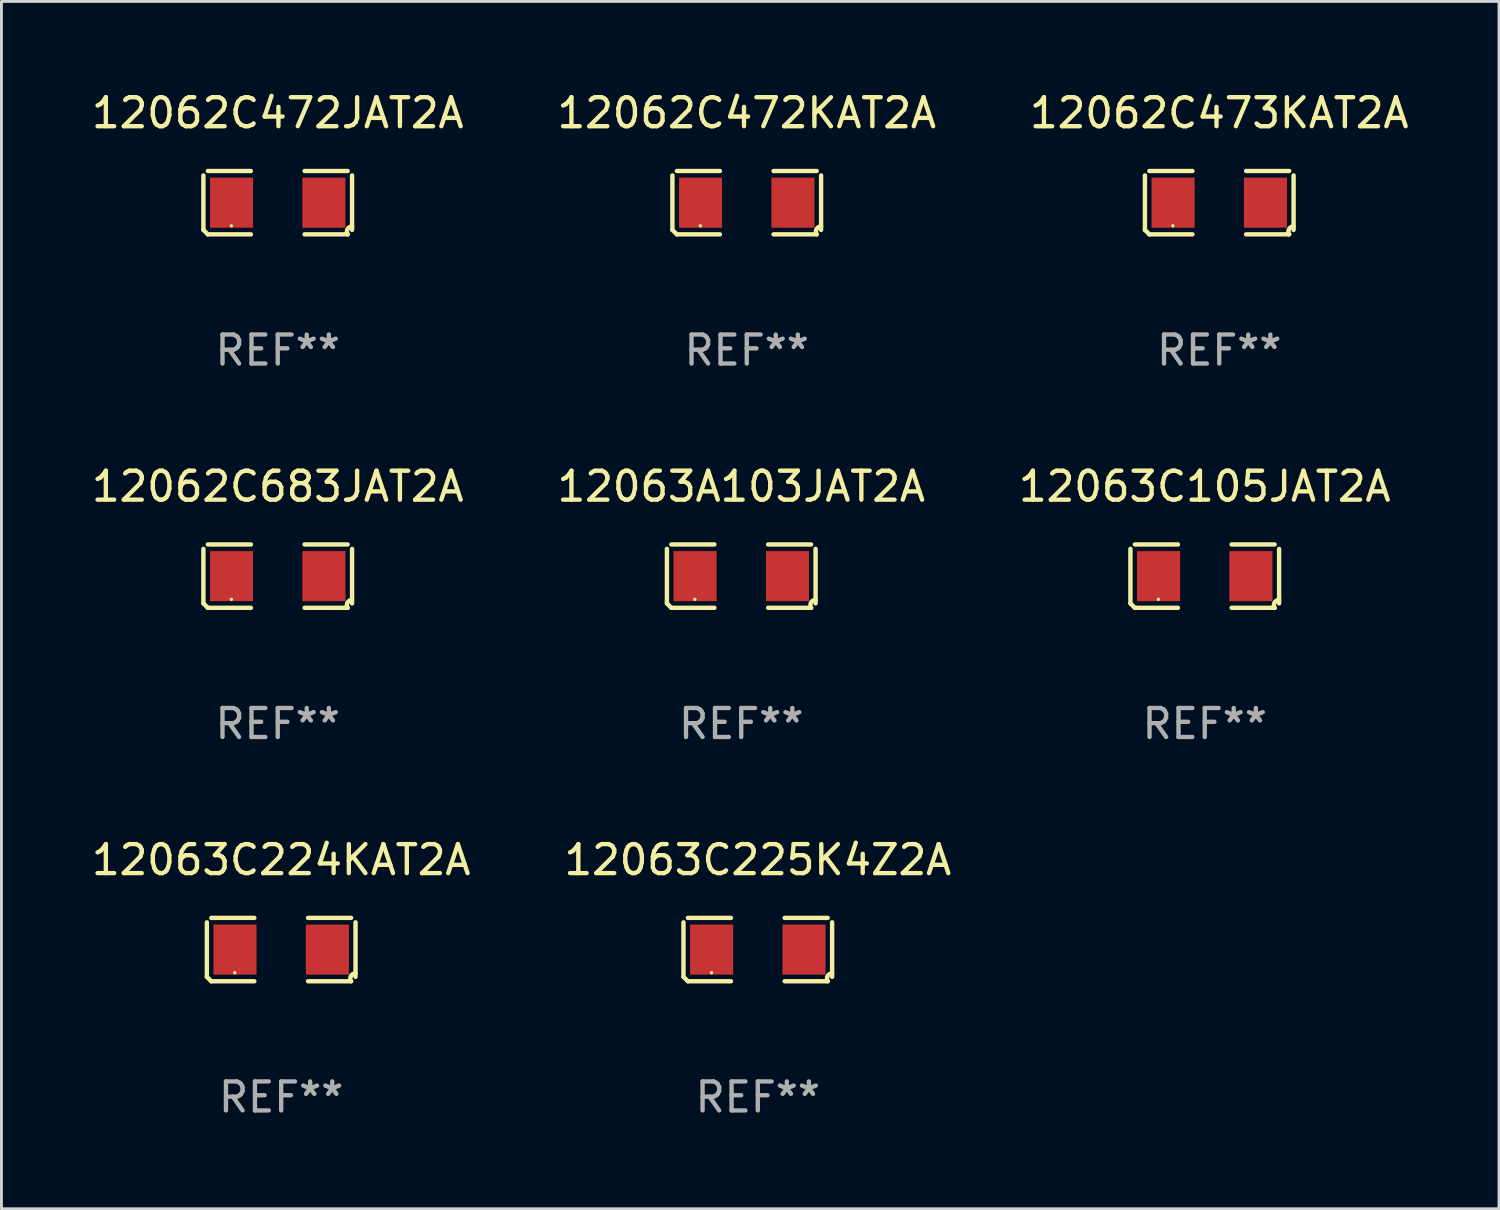
<source format=kicad_pcb>
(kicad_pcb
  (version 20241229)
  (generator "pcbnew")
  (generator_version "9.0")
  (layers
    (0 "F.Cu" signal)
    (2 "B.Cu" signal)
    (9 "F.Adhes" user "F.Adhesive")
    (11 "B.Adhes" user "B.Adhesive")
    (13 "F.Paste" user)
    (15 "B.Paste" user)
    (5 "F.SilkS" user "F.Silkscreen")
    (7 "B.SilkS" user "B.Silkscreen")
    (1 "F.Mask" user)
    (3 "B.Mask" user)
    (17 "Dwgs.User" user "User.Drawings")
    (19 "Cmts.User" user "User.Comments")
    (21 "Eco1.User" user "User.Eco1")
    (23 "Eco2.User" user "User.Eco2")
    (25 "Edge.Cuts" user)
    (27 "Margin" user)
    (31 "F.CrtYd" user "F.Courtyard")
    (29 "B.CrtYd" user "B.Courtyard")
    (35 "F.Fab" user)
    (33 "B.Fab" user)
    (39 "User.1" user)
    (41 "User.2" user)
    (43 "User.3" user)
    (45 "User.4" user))
  (footprint "12063C224KAT2A"
    (layer "F.Cu")
    (at 6.649 29.704)
    (property "Reference" "12063C224KAT2A" (at 0 -3.093 0) (layer "F.SilkS") (effects (font (size 1 1) (thickness 0.15))))
    (attr through_hole)
    (fp_line (start -2.564 0.94) (end -2.564 -0.94) (stroke (width 0.152) (type solid)) (layer "F.SilkS"))
    (fp_line (start -2.411 -1.093) (end -0.926 -1.093) (stroke (width 0.152) (type solid)) (layer "F.SilkS"))
    (fp_line (start -0.926 1.093) (end -2.411 1.093) (stroke (width 0.152) (type solid)) (layer "F.SilkS"))
    (fp_line (start 0.926 1.093) (end 2.411 1.093) (stroke (width 0.152) (type solid)) (layer "F.SilkS"))
    (fp_line (start 2.411 -1.093) (end 0.926 -1.093) (stroke (width 0.152) (type solid)) (layer "F.SilkS"))
    (fp_line (start 2.564 0.94) (end 2.564 -0.94) (stroke (width 0.152) (type solid)) (layer "F.SilkS"))
    (fp_arc (start -2.411201 1.092609) (mid -2.487413 1.01642) (end -2.563602 0.940208) (stroke (width 0.1524) (type solid)) (layer "F.SilkS"))
    (fp_arc (start 2.411201 1.092609) (mid 2.407159 0.911226) (end 2.563602 0.819347) (stroke (width 0.1524) (type solid)) (layer "F.SilkS"))
    (fp_circle (center -1.6 0.8) (end -1.57 0.8) (stroke (width 0.06) (type solid)) (fill no) (layer "F.SilkS"))
    (fp_text user "REF**" (at 0 5.093 0) (layer "F.Fab") (effects (font (size 1 1) (thickness 0.15))))
    (pad "1" smd rect (at -1.593 0) (size 1.485 1.728) (layers "F.Cu" "F.Mask" "F.Paste"))
    (pad "2" smd rect (at 1.593 0) (size 1.485 1.728) (layers "F.Cu" "F.Mask" "F.Paste")))
  (footprint "12063A103JAT2A"
    (layer "F.Cu")
    (at 22.518 16.823)
    (property "Reference" "12063A103JAT2A" (at 0 -3.093 0) (layer "F.SilkS") (effects (font (size 1 1) (thickness 0.15))))
    (attr through_hole)
    (fp_line (start -2.564 0.94) (end -2.564 -0.94) (stroke (width 0.152) (type solid)) (layer "F.SilkS"))
    (fp_line (start -2.411 -1.093) (end -0.926 -1.093) (stroke (width 0.152) (type solid)) (layer "F.SilkS"))
    (fp_line (start -0.926 1.093) (end -2.411 1.093) (stroke (width 0.152) (type solid)) (layer "F.SilkS"))
    (fp_line (start 0.926 1.093) (end 2.411 1.093) (stroke (width 0.152) (type solid)) (layer "F.SilkS"))
    (fp_line (start 2.411 -1.093) (end 0.926 -1.093) (stroke (width 0.152) (type solid)) (layer "F.SilkS"))
    (fp_line (start 2.564 0.94) (end 2.564 -0.94) (stroke (width 0.152) (type solid)) (layer "F.SilkS"))
    (fp_arc (start -2.411201 1.092609) (mid -2.487413 1.01642) (end -2.563602 0.940208) (stroke (width 0.1524) (type solid)) (layer "F.SilkS"))
    (fp_arc (start 2.411201 1.092609) (mid 2.407159 0.911226) (end 2.563602 0.819347) (stroke (width 0.1524) (type solid)) (layer "F.SilkS"))
    (fp_circle (center -1.6 0.8) (end -1.57 0.8) (stroke (width 0.06) (type solid)) (fill no) (layer "F.SilkS"))
    (fp_text user "REF**" (at 0 5.093 0) (layer "F.Fab") (effects (font (size 1 1) (thickness 0.15))))
    (pad "1" smd rect (at -1.593 0) (size 1.485 1.728) (layers "F.Cu" "F.Mask" "F.Paste"))
    (pad "2" smd rect (at 1.593 0) (size 1.485 1.728) (layers "F.Cu" "F.Mask" "F.Paste")))
  (footprint "12063C225K4Z2A"
    (layer "F.Cu")
    (at 23.089 29.704)
    (property "Reference" "12063C225K4Z2A" (at 0 -3.093 0) (layer "F.SilkS") (effects (font (size 1 1) (thickness 0.15))))
    (attr through_hole)
    (fp_line (start -2.564 0.94) (end -2.564 -0.94) (stroke (width 0.152) (type solid)) (layer "F.SilkS"))
    (fp_line (start -2.411 -1.093) (end -0.926 -1.093) (stroke (width 0.152) (type solid)) (layer "F.SilkS"))
    (fp_line (start -0.926 1.093) (end -2.411 1.093) (stroke (width 0.152) (type solid)) (layer "F.SilkS"))
    (fp_line (start 0.926 1.093) (end 2.411 1.093) (stroke (width 0.152) (type solid)) (layer "F.SilkS"))
    (fp_line (start 2.411 -1.093) (end 0.926 -1.093) (stroke (width 0.152) (type solid)) (layer "F.SilkS"))
    (fp_line (start 2.564 0.94) (end 2.564 -0.94) (stroke (width 0.152) (type solid)) (layer "F.SilkS"))
    (fp_arc (start -2.411201 1.092609) (mid -2.487413 1.01642) (end -2.563602 0.940208) (stroke (width 0.1524) (type solid)) (layer "F.SilkS"))
    (fp_arc (start 2.411201 1.092609) (mid 2.407159 0.911226) (end 2.563602 0.819347) (stroke (width 0.1524) (type solid)) (layer "F.SilkS"))
    (fp_circle (center -1.6 0.8) (end -1.57 0.8) (stroke (width 0.06) (type solid)) (fill no) (layer "F.SilkS"))
    (fp_text user "REF**" (at 0 5.093 0) (layer "F.Fab") (effects (font (size 1 1) (thickness 0.15))))
    (pad "1" smd rect (at -1.593 0) (size 1.485 1.728) (layers "F.Cu" "F.Mask" "F.Paste"))
    (pad "2" smd rect (at 1.593 0) (size 1.485 1.728) (layers "F.Cu" "F.Mask" "F.Paste")))
  (footprint "12062C472JAT2A"
    (layer "F.Cu")
    (at 6.53 3.941)
    (property "Reference" "12062C472JAT2A" (at 0 -3.093 0) (layer "F.SilkS") (effects (font (size 1 1) (thickness 0.15))))
    (attr through_hole)
    (fp_line (start -2.564 0.94) (end -2.564 -0.94) (stroke (width 0.152) (type solid)) (layer "F.SilkS"))
    (fp_line (start -2.411 -1.093) (end -0.926 -1.093) (stroke (width 0.152) (type solid)) (layer "F.SilkS"))
    (fp_line (start -0.926 1.093) (end -2.411 1.093) (stroke (width 0.152) (type solid)) (layer "F.SilkS"))
    (fp_line (start 0.926 1.093) (end 2.411 1.093) (stroke (width 0.152) (type solid)) (layer "F.SilkS"))
    (fp_line (start 2.411 -1.093) (end 0.926 -1.093) (stroke (width 0.152) (type solid)) (layer "F.SilkS"))
    (fp_line (start 2.564 0.94) (end 2.564 -0.94) (stroke (width 0.152) (type solid)) (layer "F.SilkS"))
    (fp_arc (start -2.411201 1.092609) (mid -2.487413 1.01642) (end -2.563602 0.940208) (stroke (width 0.1524) (type solid)) (layer "F.SilkS"))
    (fp_arc (start 2.411201 1.092609) (mid 2.407159 0.911226) (end 2.563602 0.819347) (stroke (width 0.1524) (type solid)) (layer "F.SilkS"))
    (fp_circle (center -1.6 0.8) (end -1.57 0.8) (stroke (width 0.06) (type solid)) (fill no) (layer "F.SilkS"))
    (fp_text user "REF**" (at 0 5.093 0) (layer "F.Fab") (effects (font (size 1 1) (thickness 0.15))))
    (pad "1" smd rect (at -1.593 0) (size 1.485 1.728) (layers "F.Cu" "F.Mask" "F.Paste"))
    (pad "2" smd rect (at 1.593 0) (size 1.485 1.728) (layers "F.Cu" "F.Mask" "F.Paste")))
  (footprint "12062C472KAT2A"
    (layer "F.Cu")
    (at 22.708 3.941)
    (property "Reference" "12062C472KAT2A" (at 0 -3.093 0) (layer "F.SilkS") (effects (font (size 1 1) (thickness 0.15))))
    (attr through_hole)
    (fp_line (start -2.564 0.94) (end -2.564 -0.94) (stroke (width 0.152) (type solid)) (layer "F.SilkS"))
    (fp_line (start -2.411 -1.093) (end -0.926 -1.093) (stroke (width 0.152) (type solid)) (layer "F.SilkS"))
    (fp_line (start -0.926 1.093) (end -2.411 1.093) (stroke (width 0.152) (type solid)) (layer "F.SilkS"))
    (fp_line (start 0.926 1.093) (end 2.411 1.093) (stroke (width 0.152) (type solid)) (layer "F.SilkS"))
    (fp_line (start 2.411 -1.093) (end 0.926 -1.093) (stroke (width 0.152) (type solid)) (layer "F.SilkS"))
    (fp_line (start 2.564 0.94) (end 2.564 -0.94) (stroke (width 0.152) (type solid)) (layer "F.SilkS"))
    (fp_arc (start -2.411201 1.092609) (mid -2.487413 1.01642) (end -2.563602 0.940208) (stroke (width 0.1524) (type solid)) (layer "F.SilkS"))
    (fp_arc (start 2.411201 1.092609) (mid 2.407159 0.911226) (end 2.563602 0.819347) (stroke (width 0.1524) (type solid)) (layer "F.SilkS"))
    (fp_circle (center -1.6 0.8) (end -1.57 0.8) (stroke (width 0.06) (type solid)) (fill no) (layer "F.SilkS"))
    (fp_text user "REF**" (at 0 5.093 0) (layer "F.Fab") (effects (font (size 1 1) (thickness 0.15))))
    (pad "1" smd rect (at -1.593 0) (size 1.485 1.728) (layers "F.Cu" "F.Mask" "F.Paste"))
    (pad "2" smd rect (at 1.593 0) (size 1.485 1.728) (layers "F.Cu" "F.Mask" "F.Paste")))
  (footprint "12063C105JAT2A"
    (layer "F.Cu")
    (at 38.506 16.823)
    (property "Reference" "12063C105JAT2A" (at 0 -3.093 0) (layer "F.SilkS") (effects (font (size 1 1) (thickness 0.15))))
    (attr through_hole)
    (fp_line (start -2.564 0.94) (end -2.564 -0.94) (stroke (width 0.152) (type solid)) (layer "F.SilkS"))
    (fp_line (start -2.411 -1.093) (end -0.926 -1.093) (stroke (width 0.152) (type solid)) (layer "F.SilkS"))
    (fp_line (start -0.926 1.093) (end -2.411 1.093) (stroke (width 0.152) (type solid)) (layer "F.SilkS"))
    (fp_line (start 0.926 1.093) (end 2.411 1.093) (stroke (width 0.152) (type solid)) (layer "F.SilkS"))
    (fp_line (start 2.411 -1.093) (end 0.926 -1.093) (stroke (width 0.152) (type solid)) (layer "F.SilkS"))
    (fp_line (start 2.564 0.94) (end 2.564 -0.94) (stroke (width 0.152) (type solid)) (layer "F.SilkS"))
    (fp_arc (start -2.411201 1.092609) (mid -2.487413 1.01642) (end -2.563602 0.940208) (stroke (width 0.1524) (type solid)) (layer "F.SilkS"))
    (fp_arc (start 2.411201 1.092609) (mid 2.407159 0.911226) (end 2.563602 0.819347) (stroke (width 0.1524) (type solid)) (layer "F.SilkS"))
    (fp_circle (center -1.6 0.8) (end -1.57 0.8) (stroke (width 0.06) (type solid)) (fill no) (layer "F.SilkS"))
    (fp_text user "REF**" (at 0 5.093 0) (layer "F.Fab") (effects (font (size 1 1) (thickness 0.15))))
    (pad "1" smd rect (at -1.593 0) (size 1.485 1.728) (layers "F.Cu" "F.Mask" "F.Paste"))
    (pad "2" smd rect (at 1.593 0) (size 1.485 1.728) (layers "F.Cu" "F.Mask" "F.Paste")))
  (footprint "12062C473KAT2A"
    (layer "F.Cu")
    (at 39.006 3.941)
    (property "Reference" "12062C473KAT2A" (at 0 -3.093 0) (layer "F.SilkS") (effects (font (size 1 1) (thickness 0.15))))
    (attr through_hole)
    (fp_line (start -2.564 0.94) (end -2.564 -0.94) (stroke (width 0.152) (type solid)) (layer "F.SilkS"))
    (fp_line (start -2.411 -1.093) (end -0.926 -1.093) (stroke (width 0.152) (type solid)) (layer "F.SilkS"))
    (fp_line (start -0.926 1.093) (end -2.411 1.093) (stroke (width 0.152) (type solid)) (layer "F.SilkS"))
    (fp_line (start 0.926 1.093) (end 2.411 1.093) (stroke (width 0.152) (type solid)) (layer "F.SilkS"))
    (fp_line (start 2.411 -1.093) (end 0.926 -1.093) (stroke (width 0.152) (type solid)) (layer "F.SilkS"))
    (fp_line (start 2.564 0.94) (end 2.564 -0.94) (stroke (width 0.152) (type solid)) (layer "F.SilkS"))
    (fp_arc (start -2.411201 1.092609) (mid -2.487413 1.01642) (end -2.563602 0.940208) (stroke (width 0.1524) (type solid)) (layer "F.SilkS"))
    (fp_arc (start 2.411201 1.092609) (mid 2.407159 0.911226) (end 2.563602 0.819347) (stroke (width 0.1524) (type solid)) (layer "F.SilkS"))
    (fp_circle (center -1.6 0.8) (end -1.57 0.8) (stroke (width 0.06) (type solid)) (fill no) (layer "F.SilkS"))
    (fp_text user "REF**" (at 0 5.093 0) (layer "F.Fab") (effects (font (size 1 1) (thickness 0.15))))
    (pad "1" smd rect (at -1.593 0) (size 1.485 1.728) (layers "F.Cu" "F.Mask" "F.Paste"))
    (pad "2" smd rect (at 1.593 0) (size 1.485 1.728) (layers "F.Cu" "F.Mask" "F.Paste")))
  (footprint "12062C683JAT2A"
    (layer "F.Cu")
    (at 6.53 16.823)
    (property "Reference" "12062C683JAT2A" (at 0 -3.093 0) (layer "F.SilkS") (effects (font (size 1 1) (thickness 0.15))))
    (attr through_hole)
    (fp_line (start -2.564 0.94) (end -2.564 -0.94) (stroke (width 0.152) (type solid)) (layer "F.SilkS"))
    (fp_line (start -2.411 -1.093) (end -0.926 -1.093) (stroke (width 0.152) (type solid)) (layer "F.SilkS"))
    (fp_line (start -0.926 1.093) (end -2.411 1.093) (stroke (width 0.152) (type solid)) (layer "F.SilkS"))
    (fp_line (start 0.926 1.093) (end 2.411 1.093) (stroke (width 0.152) (type solid)) (layer "F.SilkS"))
    (fp_line (start 2.411 -1.093) (end 0.926 -1.093) (stroke (width 0.152) (type solid)) (layer "F.SilkS"))
    (fp_line (start 2.564 0.94) (end 2.564 -0.94) (stroke (width 0.152) (type solid)) (layer "F.SilkS"))
    (fp_arc (start -2.411201 1.092609) (mid -2.487413 1.01642) (end -2.563602 0.940208) (stroke (width 0.1524) (type solid)) (layer "F.SilkS"))
    (fp_arc (start 2.411201 1.092609) (mid 2.407159 0.911226) (end 2.563602 0.819347) (stroke (width 0.1524) (type solid)) (layer "F.SilkS"))
    (fp_circle (center -1.6 0.8) (end -1.57 0.8) (stroke (width 0.06) (type solid)) (fill no) (layer "F.SilkS"))
    (fp_text user "REF**" (at 0 5.093 0) (layer "F.Fab") (effects (font (size 1 1) (thickness 0.15))))
    (pad "1" smd rect (at -1.593 0) (size 1.485 1.728) (layers "F.Cu" "F.Mask" "F.Paste"))
    (pad "2" smd rect (at 1.593 0) (size 1.485 1.728) (layers "F.Cu" "F.Mask" "F.Paste")))
  (gr_rect
    (start -3 -3)
    (end 48.655 38.645)
    (stroke (width 0.1) (type default))
    (fill no)
    (layer "Edge.Cuts")))
</source>
